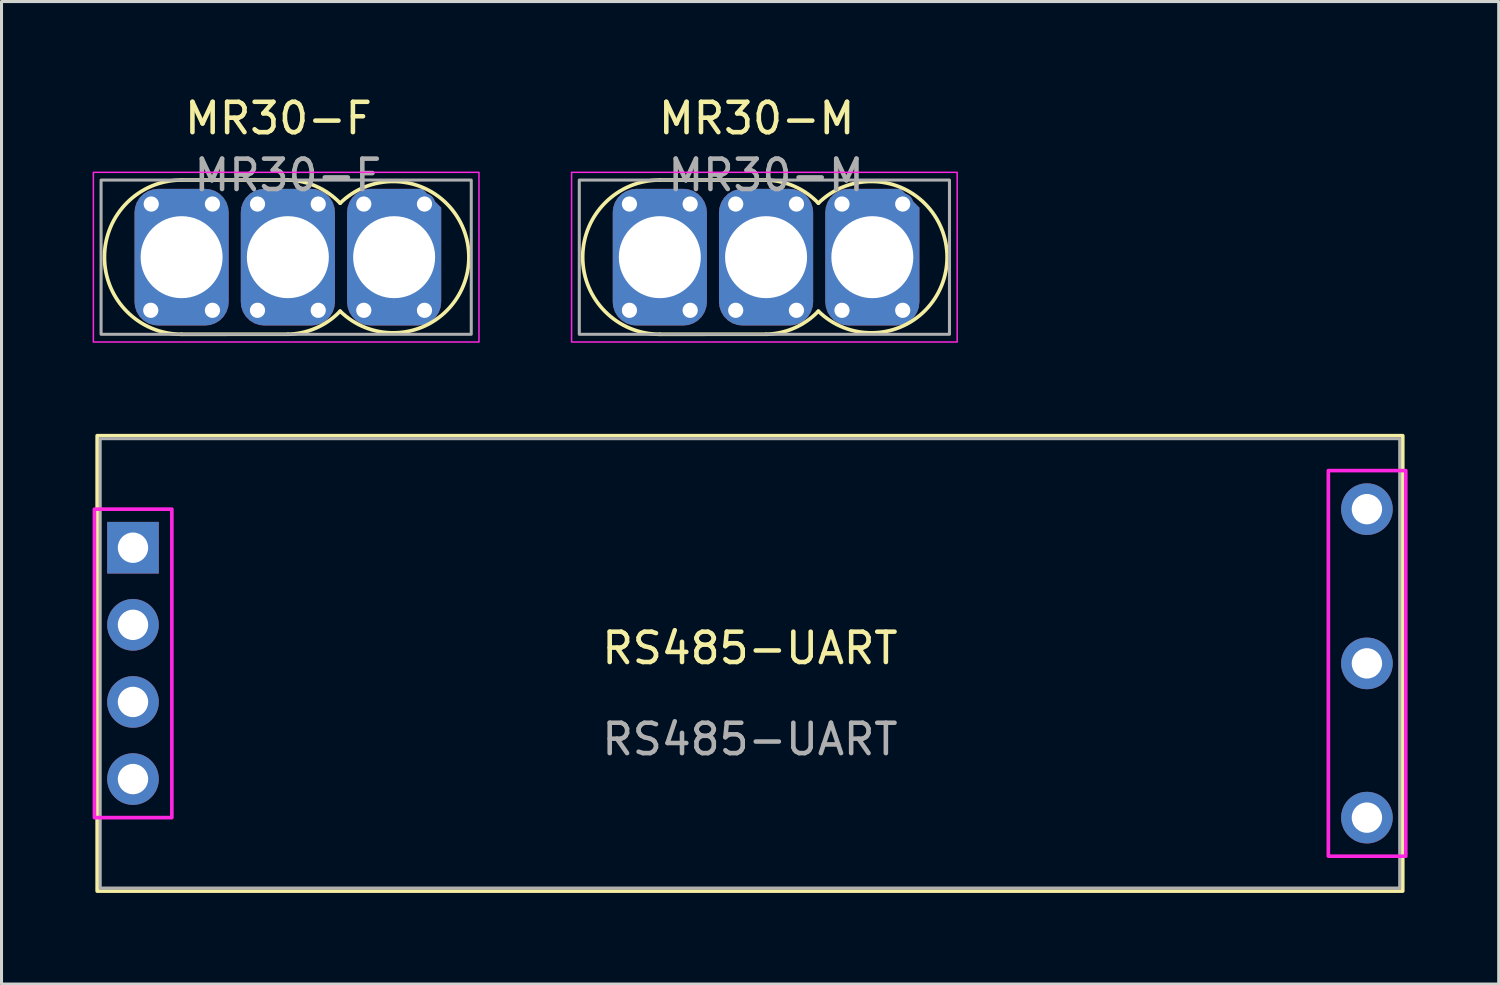
<source format=kicad_pcb>
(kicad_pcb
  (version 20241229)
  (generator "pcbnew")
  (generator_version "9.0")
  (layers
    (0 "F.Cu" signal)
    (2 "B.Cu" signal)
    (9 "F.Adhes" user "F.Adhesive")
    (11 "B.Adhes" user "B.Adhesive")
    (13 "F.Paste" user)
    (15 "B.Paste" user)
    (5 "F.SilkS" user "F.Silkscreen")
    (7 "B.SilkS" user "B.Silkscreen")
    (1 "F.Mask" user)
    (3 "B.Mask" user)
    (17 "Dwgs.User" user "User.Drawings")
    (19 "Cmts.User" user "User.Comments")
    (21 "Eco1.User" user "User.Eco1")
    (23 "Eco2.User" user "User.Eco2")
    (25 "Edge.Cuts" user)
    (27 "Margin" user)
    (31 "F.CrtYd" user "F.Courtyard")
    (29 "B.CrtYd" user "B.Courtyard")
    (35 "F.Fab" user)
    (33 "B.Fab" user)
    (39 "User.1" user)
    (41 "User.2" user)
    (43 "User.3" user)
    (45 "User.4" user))
  (footprint "MR30-F"
    (layer "F.Cu")
    (at 9.931 5.42)
    (property "Reference" "MR30-F" (at -3.81 -4.572 0) (layer "F.SilkS") (effects (font (size 1 1) (thickness 0.15))))
    (attr through_hole)
    (fp_line (start -7 -2.54) (end -3.5 -2.54) (stroke (width 0.12) (type solid)) (layer "F.SilkS"))
    (fp_line (start -7 2.54) (end -3.5 2.539) (stroke (width 0.12) (type solid)) (layer "F.SilkS"))
    (fp_arc (start -7 2.54) (mid -9.54 0) (end -7 -2.54) (stroke (width 0.12) (type solid)) (layer "F.SilkS"))
    (fp_arc (start -3.5 -2.54) (mid -2.562845 -2.331099) (end -1.778 -1.778) (stroke (width 0.12) (type solid)) (layer "F.SilkS"))
    (fp_arc (start -1.778 -1.778) (mid 2.46185 0) (end -1.778 1.778) (stroke (width 0.12) (type solid)) (layer "F.SilkS"))
    (fp_arc (start -1.778 1.778) (mid -2.562974 2.330655) (end -3.500014 2.539383) (stroke (width 0.12) (type solid)) (layer "F.SilkS"))
    (fp_rect (start 2.794 -2.794) (end -9.906 2.794) (stroke (width 0.05) (type solid)) (fill no) (layer "F.CrtYd"))
    (fp_rect (start 2.54 -2.54) (end -9.652 2.54) (stroke (width 0.1) (type solid)) (fill no) (layer "F.Fab"))
    (fp_text user "${REFERENCE}" (at -3.5 -2.7 0) (layer "F.Fab") (effects (font (size 1 1) (thickness 0.15))))
    (pad "1" thru_hole circle (at -1 -1.75) (size 0.7 0.7) (drill 0.5) (layers "*.Cu" "*.Mask"))
    (pad "1" thru_hole circle (at -1 1.75) (size 0.7 0.7) (drill 0.5) (layers "*.Cu" "*.Mask"))
    (pad "1" thru_hole roundrect (at 0 0) (size 3.1 4.5) (drill 2.7) (layers "*.Cu" "*.Mask") (roundrect_rratio 0.25) (chamfer_ratio 0.2) (chamfer top_right))
    (pad "1" thru_hole circle (at 1 -1.75) (size 0.7 0.7) (drill 0.5) (layers "*.Cu" "*.Mask"))
    (pad "1" thru_hole circle (at 1 1.75) (size 0.7 0.7) (drill 0.5) (layers "*.Cu" "*.Mask"))
    (pad "2" thru_hole circle (at -4.5 -1.75) (size 0.7 0.7) (drill 0.5) (layers "*.Cu" "*.Mask"))
    (pad "2" thru_hole circle (at -4.5 1.75) (size 0.7 0.7) (drill 0.5) (layers "*.Cu" "*.Mask"))
    (pad "2" thru_hole roundrect (at -3.5 0) (size 3.1 4.5) (drill 2.7) (layers "*.Cu" "*.Mask") (roundrect_rratio 0.25))
    (pad "2" thru_hole circle (at -2.5 -1.75) (size 0.7 0.7) (drill 0.5) (layers "*.Cu" "*.Mask"))
    (pad "2" thru_hole circle (at -2.5 1.75) (size 0.7 0.7) (drill 0.5) (layers "*.Cu" "*.Mask"))
    (pad "3" thru_hole circle (at -8.016 1.75) (size 0.7 0.7) (drill 0.5) (layers "*.Cu" "*.Mask"))
    (pad "3" thru_hole circle (at -8 -1.75) (size 0.7 0.7) (drill 0.5) (layers "*.Cu" "*.Mask"))
    (pad "3" thru_hole roundrect (at -7 0) (size 3.1 4.5) (drill 2.7) (layers "*.Cu" "*.Mask") (roundrect_rratio 0.25))
    (pad "3" thru_hole circle (at -5.984 -1.75) (size 0.7 0.7) (drill 0.5) (layers "*.Cu" "*.Mask"))
    (pad "3" thru_hole circle (at -5.984 1.75) (size 0.7 0.7) (drill 0.5) (layers "*.Cu" "*.Mask")))
  (footprint "RS485-UART"
    (layer "F.Cu")
    (at 21.65 18.799)
    (property "Reference" "RS485-UART" (at 0 -0.5 0) (unlocked yes) (layer "F.SilkS") (effects (font (size 1 1) (thickness 0.15))))
    (attr through_hole)
    (fp_rect (start -21.5 -7.5) (end 21.5 7.5) (stroke (width 0.12) (type solid)) (fill no) (layer "F.SilkS"))
    (fp_rect (start -21.59 -5.08) (end -19.04 5.08) (stroke (width 0.12) (type solid)) (fill no) (layer "F.CrtYd"))
    (fp_rect (start 19.05 -6.35) (end 21.6 6.35) (stroke (width 0.12) (type solid)) (fill no) (layer "F.CrtYd"))
    (fp_rect (start 21.4 7.4) (end -21.4 -7.4) (stroke (width 0.1) (type solid)) (fill no) (layer "F.Fab"))
    (fp_text user "${REFERENCE}" (at 0 2.5 0) (unlocked yes) (layer "F.Fab") (effects (font (size 1 1) (thickness 0.15))))
    (pad "1" thru_hole rect (at -20.32 -3.81) (size 1.7 1.7) (drill 1) (layers "*.Cu" "*.Mask"))
    (pad "2" thru_hole circle (at -20.32 -1.27) (size 1.7 1.7) (drill 1) (layers "*.Cu" "*.Mask"))
    (pad "3" thru_hole circle (at -20.32 1.27) (size 1.7 1.7) (drill 1) (layers "*.Cu" "*.Mask"))
    (pad "4" thru_hole circle (at -20.32 3.81) (size 1.7 1.7) (drill 1) (layers "*.Cu" "*.Mask"))
    (pad "A" thru_hole circle (at 20.32 -5.08) (size 1.7 1.7) (drill 1) (layers "*.Cu" "*.Mask"))
    (pad "B" thru_hole circle (at 20.32 0) (size 1.7 1.7) (drill 1) (layers "*.Cu" "*.Mask"))
    (pad "G" thru_hole circle (at 20.32 5.08) (size 1.7 1.7) (drill 1) (layers "*.Cu" "*.Mask")))
  (footprint "MR30-M"
    (layer "F.Cu")
    (at 25.681 5.42)
    (property "Reference" "MR30-M" (at -3.81 -4.572 0) (layer "F.SilkS") (effects (font (size 1 1) (thickness 0.15))))
    (attr through_hole)
    (fp_line (start -7 -2.54) (end -3.5 -2.54) (stroke (width 0.12) (type solid)) (layer "F.SilkS"))
    (fp_line (start -7 2.54) (end -3.5 2.539) (stroke (width 0.12) (type solid)) (layer "F.SilkS"))
    (fp_arc (start -7 2.54) (mid -9.54 0) (end -7 -2.54) (stroke (width 0.12) (type solid)) (layer "F.SilkS"))
    (fp_arc (start -3.5 -2.54) (mid -2.562845 -2.331099) (end -1.778 -1.778) (stroke (width 0.12) (type solid)) (layer "F.SilkS"))
    (fp_arc (start -1.778 -1.778) (mid 2.46185 0) (end -1.778 1.778) (stroke (width 0.12) (type solid)) (layer "F.SilkS"))
    (fp_arc (start -1.778 1.778) (mid -2.562974 2.330655) (end -3.500014 2.539383) (stroke (width 0.12) (type solid)) (layer "F.SilkS"))
    (fp_rect (start 2.794 -2.794) (end -9.906 2.794) (stroke (width 0.05) (type solid)) (fill no) (layer "F.CrtYd"))
    (fp_rect (start 2.54 -2.54) (end -9.652 2.54) (stroke (width 0.1) (type solid)) (fill no) (layer "F.Fab"))
    (fp_text user "${REFERENCE}" (at -3.5 -2.7 0) (layer "F.Fab") (effects (font (size 1 1) (thickness 0.15))))
    (pad "1" thru_hole circle (at -1 -1.75) (size 0.7 0.7) (drill 0.5) (layers "*.Cu" "*.Mask"))
    (pad "1" thru_hole circle (at -1 1.75) (size 0.7 0.7) (drill 0.5) (layers "*.Cu" "*.Mask"))
    (pad "1" thru_hole roundrect (at 0 0) (size 3.1 4.5) (drill 2.7) (layers "*.Cu" "*.Mask") (roundrect_rratio 0.25) (chamfer_ratio 0.2) (chamfer top_right))
    (pad "1" thru_hole circle (at 1 -1.75) (size 0.7 0.7) (drill 0.5) (layers "*.Cu" "*.Mask"))
    (pad "1" thru_hole circle (at 1 1.75) (size 0.7 0.7) (drill 0.5) (layers "*.Cu" "*.Mask"))
    (pad "2" thru_hole circle (at -4.5 -1.75) (size 0.7 0.7) (drill 0.5) (layers "*.Cu" "*.Mask"))
    (pad "2" thru_hole circle (at -4.5 1.75) (size 0.7 0.7) (drill 0.5) (layers "*.Cu" "*.Mask"))
    (pad "2" thru_hole roundrect (at -3.5 0) (size 3.1 4.5) (drill 2.7) (layers "*.Cu" "*.Mask") (roundrect_rratio 0.25))
    (pad "2" thru_hole circle (at -2.5 -1.75) (size 0.7 0.7) (drill 0.5) (layers "*.Cu" "*.Mask"))
    (pad "2" thru_hole circle (at -2.5 1.75) (size 0.7 0.7) (drill 0.5) (layers "*.Cu" "*.Mask"))
    (pad "3" thru_hole circle (at -8 -1.75) (size 0.7 0.7) (drill 0.5) (layers "*.Cu" "*.Mask"))
    (pad "3" thru_hole circle (at -8 1.75) (size 0.7 0.7) (drill 0.5) (layers "*.Cu" "*.Mask"))
    (pad "3" thru_hole roundrect (at -7 0) (size 3.1 4.5) (drill 2.7) (layers "*.Cu" "*.Mask") (roundrect_rratio 0.25))
    (pad "3" thru_hole circle (at -6 -1.75) (size 0.7 0.7) (drill 0.5) (layers "*.Cu" "*.Mask"))
    (pad "3" thru_hole circle (at -6 1.75) (size 0.7 0.7) (drill 0.5) (layers "*.Cu" "*.Mask")))
  (gr_rect
    (start -3 -3)
    (end 46.31 29.359)
    (stroke (width 0.1) (type default))
    (fill no)
    (layer "Edge.Cuts")))
</source>
